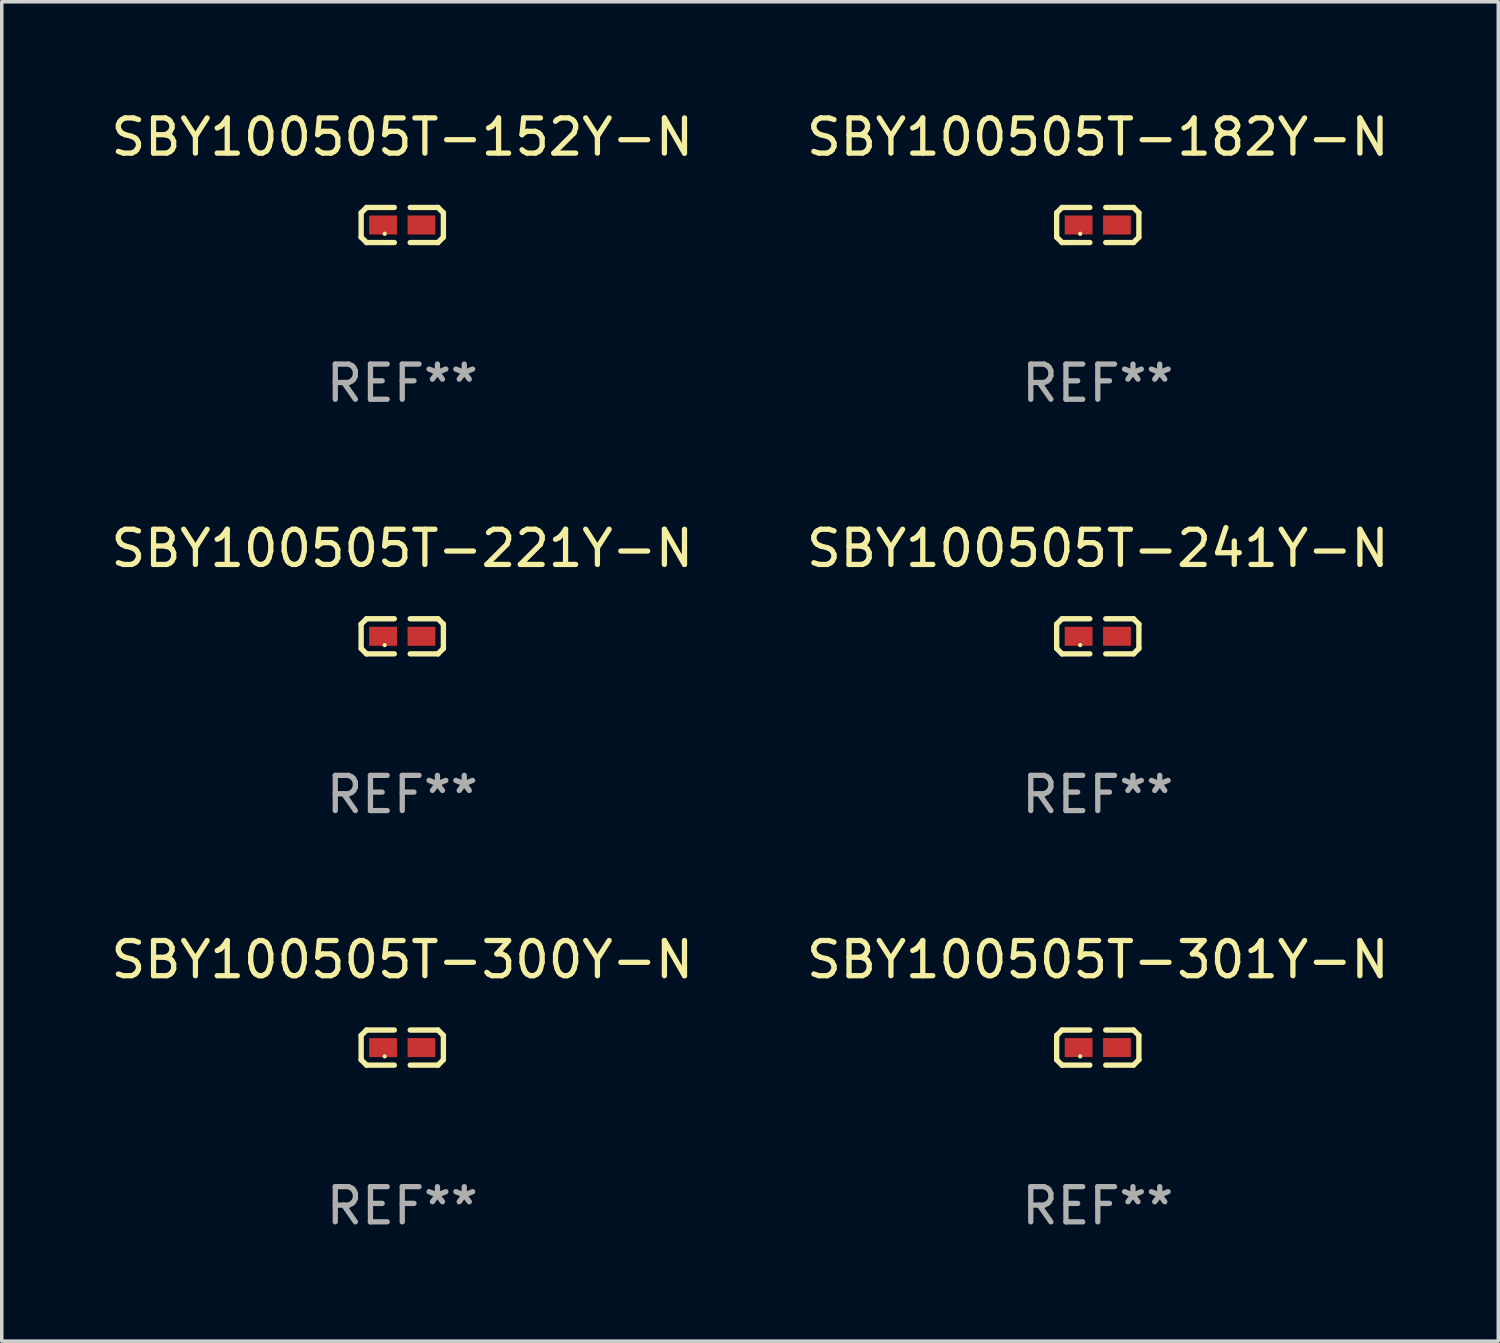
<source format=kicad_pcb>
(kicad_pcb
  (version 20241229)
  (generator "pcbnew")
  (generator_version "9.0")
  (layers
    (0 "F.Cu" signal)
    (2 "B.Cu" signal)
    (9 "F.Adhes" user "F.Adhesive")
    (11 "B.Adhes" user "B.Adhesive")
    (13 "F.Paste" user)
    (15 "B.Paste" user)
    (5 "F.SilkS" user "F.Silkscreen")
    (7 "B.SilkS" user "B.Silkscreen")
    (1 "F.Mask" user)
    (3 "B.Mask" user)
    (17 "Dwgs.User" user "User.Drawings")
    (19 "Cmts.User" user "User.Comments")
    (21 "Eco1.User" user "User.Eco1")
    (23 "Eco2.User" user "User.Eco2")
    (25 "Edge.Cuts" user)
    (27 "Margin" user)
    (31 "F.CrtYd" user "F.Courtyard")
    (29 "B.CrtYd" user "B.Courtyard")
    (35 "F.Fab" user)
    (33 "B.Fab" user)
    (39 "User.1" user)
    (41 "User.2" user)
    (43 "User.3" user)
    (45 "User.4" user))
  (footprint "SBY100505T-300Y-N"
    (layer "F.Cu")
    (at 8.387 26.734)
    (property "Reference" "SBY100505T-300Y-N" (at 0 -2.499 0) (layer "F.SilkS") (effects (font (size 1 1) (thickness 0.15))))
    (attr through_hole)
    (fp_line (start -1.169 -0.346) (end -1.016 -0.499) (stroke (width 0.152) (type solid)) (layer "F.SilkS"))
    (fp_line (start -1.169 0.346) (end -1.169 -0.346) (stroke (width 0.152) (type solid)) (layer "F.SilkS"))
    (fp_line (start -1.016 -0.499) (end -0.226 -0.499) (stroke (width 0.152) (type solid)) (layer "F.SilkS"))
    (fp_line (start -1.016 0.499) (end -1.169 0.346) (stroke (width 0.152) (type solid)) (layer "F.SilkS"))
    (fp_line (start -0.226 0.499) (end -1.016 0.499) (stroke (width 0.152) (type solid)) (layer "F.SilkS"))
    (fp_line (start 0.226 0.499) (end 1.016 0.499) (stroke (width 0.152) (type solid)) (layer "F.SilkS"))
    (fp_line (start 1.016 -0.499) (end 0.226 -0.499) (stroke (width 0.152) (type solid)) (layer "F.SilkS"))
    (fp_line (start 1.016 0.499) (end 1.169 0.346) (stroke (width 0.152) (type solid)) (layer "F.SilkS"))
    (fp_line (start 1.169 -0.346) (end 1.016 -0.499) (stroke (width 0.152) (type solid)) (layer "F.SilkS"))
    (fp_line (start 1.169 0.346) (end 1.169 -0.346) (stroke (width 0.152) (type solid)) (layer "F.SilkS"))
    (fp_circle (center -0.5 0.25) (end -0.47 0.25) (stroke (width 0.06) (type solid)) (fill no) (layer "F.SilkS"))
    (fp_text user "REF**" (at 0 4.499 0) (layer "F.Fab") (effects (font (size 1 1) (thickness 0.15))))
    (pad "1" smd rect (at -0.545 0) (size 0.79 0.54) (layers "F.Cu" "F.Mask" "F.Paste"))
    (pad "2" smd rect (at 0.545 0) (size 0.79 0.54) (layers "F.Cu" "F.Mask" "F.Paste")))
  (footprint "SBY100505T-301Y-N"
    (layer "F.Cu")
    (at 28.161 26.734)
    (property "Reference" "SBY100505T-301Y-N" (at 0 -2.499 0) (layer "F.SilkS") (effects (font (size 1 1) (thickness 0.15))))
    (attr through_hole)
    (fp_line (start -1.169 -0.346) (end -1.016 -0.499) (stroke (width 0.152) (type solid)) (layer "F.SilkS"))
    (fp_line (start -1.169 0.346) (end -1.169 -0.346) (stroke (width 0.152) (type solid)) (layer "F.SilkS"))
    (fp_line (start -1.016 -0.499) (end -0.226 -0.499) (stroke (width 0.152) (type solid)) (layer "F.SilkS"))
    (fp_line (start -1.016 0.499) (end -1.169 0.346) (stroke (width 0.152) (type solid)) (layer "F.SilkS"))
    (fp_line (start -0.226 0.499) (end -1.016 0.499) (stroke (width 0.152) (type solid)) (layer "F.SilkS"))
    (fp_line (start 0.226 0.499) (end 1.016 0.499) (stroke (width 0.152) (type solid)) (layer "F.SilkS"))
    (fp_line (start 1.016 -0.499) (end 0.226 -0.499) (stroke (width 0.152) (type solid)) (layer "F.SilkS"))
    (fp_line (start 1.016 0.499) (end 1.169 0.346) (stroke (width 0.152) (type solid)) (layer "F.SilkS"))
    (fp_line (start 1.169 -0.346) (end 1.016 -0.499) (stroke (width 0.152) (type solid)) (layer "F.SilkS"))
    (fp_line (start 1.169 0.346) (end 1.169 -0.346) (stroke (width 0.152) (type solid)) (layer "F.SilkS"))
    (fp_circle (center -0.5 0.25) (end -0.47 0.25) (stroke (width 0.06) (type solid)) (fill no) (layer "F.SilkS"))
    (fp_text user "REF**" (at 0 4.499 0) (layer "F.Fab") (effects (font (size 1 1) (thickness 0.15))))
    (pad "1" smd rect (at -0.545 0) (size 0.79 0.54) (layers "F.Cu" "F.Mask" "F.Paste"))
    (pad "2" smd rect (at 0.545 0) (size 0.79 0.54) (layers "F.Cu" "F.Mask" "F.Paste")))
  (footprint "SBY100505T-221Y-N"
    (layer "F.Cu")
    (at 8.387 15.041)
    (property "Reference" "SBY100505T-221Y-N" (at 0 -2.499 0) (layer "F.SilkS") (effects (font (size 1 1) (thickness 0.15))))
    (attr through_hole)
    (fp_line (start -1.169 -0.346) (end -1.016 -0.499) (stroke (width 0.152) (type solid)) (layer "F.SilkS"))
    (fp_line (start -1.169 0.346) (end -1.169 -0.346) (stroke (width 0.152) (type solid)) (layer "F.SilkS"))
    (fp_line (start -1.016 -0.499) (end -0.226 -0.499) (stroke (width 0.152) (type solid)) (layer "F.SilkS"))
    (fp_line (start -1.016 0.499) (end -1.169 0.346) (stroke (width 0.152) (type solid)) (layer "F.SilkS"))
    (fp_line (start -0.226 0.499) (end -1.016 0.499) (stroke (width 0.152) (type solid)) (layer "F.SilkS"))
    (fp_line (start 0.226 0.499) (end 1.016 0.499) (stroke (width 0.152) (type solid)) (layer "F.SilkS"))
    (fp_line (start 1.016 -0.499) (end 0.226 -0.499) (stroke (width 0.152) (type solid)) (layer "F.SilkS"))
    (fp_line (start 1.016 0.499) (end 1.169 0.346) (stroke (width 0.152) (type solid)) (layer "F.SilkS"))
    (fp_line (start 1.169 -0.346) (end 1.016 -0.499) (stroke (width 0.152) (type solid)) (layer "F.SilkS"))
    (fp_line (start 1.169 0.346) (end 1.169 -0.346) (stroke (width 0.152) (type solid)) (layer "F.SilkS"))
    (fp_circle (center -0.5 0.25) (end -0.47 0.25) (stroke (width 0.06) (type solid)) (fill no) (layer "F.SilkS"))
    (fp_text user "REF**" (at 0 4.499 0) (layer "F.Fab") (effects (font (size 1 1) (thickness 0.15))))
    (pad "1" smd rect (at -0.545 0) (size 0.79 0.54) (layers "F.Cu" "F.Mask" "F.Paste"))
    (pad "2" smd rect (at 0.545 0) (size 0.79 0.54) (layers "F.Cu" "F.Mask" "F.Paste")))
  (footprint "SBY100505T-182Y-N"
    (layer "F.Cu")
    (at 28.161 3.347)
    (property "Reference" "SBY100505T-182Y-N" (at 0 -2.499 0) (layer "F.SilkS") (effects (font (size 1 1) (thickness 0.15))))
    (attr through_hole)
    (fp_line (start -1.169 -0.346) (end -1.016 -0.499) (stroke (width 0.152) (type solid)) (layer "F.SilkS"))
    (fp_line (start -1.169 0.346) (end -1.169 -0.346) (stroke (width 0.152) (type solid)) (layer "F.SilkS"))
    (fp_line (start -1.016 -0.499) (end -0.226 -0.499) (stroke (width 0.152) (type solid)) (layer "F.SilkS"))
    (fp_line (start -1.016 0.499) (end -1.169 0.346) (stroke (width 0.152) (type solid)) (layer "F.SilkS"))
    (fp_line (start -0.226 0.499) (end -1.016 0.499) (stroke (width 0.152) (type solid)) (layer "F.SilkS"))
    (fp_line (start 0.226 0.499) (end 1.016 0.499) (stroke (width 0.152) (type solid)) (layer "F.SilkS"))
    (fp_line (start 1.016 -0.499) (end 0.226 -0.499) (stroke (width 0.152) (type solid)) (layer "F.SilkS"))
    (fp_line (start 1.016 0.499) (end 1.169 0.346) (stroke (width 0.152) (type solid)) (layer "F.SilkS"))
    (fp_line (start 1.169 -0.346) (end 1.016 -0.499) (stroke (width 0.152) (type solid)) (layer "F.SilkS"))
    (fp_line (start 1.169 0.346) (end 1.169 -0.346) (stroke (width 0.152) (type solid)) (layer "F.SilkS"))
    (fp_circle (center -0.5 0.25) (end -0.47 0.25) (stroke (width 0.06) (type solid)) (fill no) (layer "F.SilkS"))
    (fp_text user "REF**" (at 0 4.499 0) (layer "F.Fab") (effects (font (size 1 1) (thickness 0.15))))
    (pad "1" smd rect (at -0.545 0) (size 0.79 0.54) (layers "F.Cu" "F.Mask" "F.Paste"))
    (pad "2" smd rect (at 0.545 0) (size 0.79 0.54) (layers "F.Cu" "F.Mask" "F.Paste")))
  (footprint "SBY100505T-152Y-N"
    (layer "F.Cu")
    (at 8.387 3.347)
    (property "Reference" "SBY100505T-152Y-N" (at 0 -2.499 0) (layer "F.SilkS") (effects (font (size 1 1) (thickness 0.15))))
    (attr through_hole)
    (fp_line (start -1.169 -0.346) (end -1.016 -0.499) (stroke (width 0.152) (type solid)) (layer "F.SilkS"))
    (fp_line (start -1.169 0.346) (end -1.169 -0.346) (stroke (width 0.152) (type solid)) (layer "F.SilkS"))
    (fp_line (start -1.016 -0.499) (end -0.226 -0.499) (stroke (width 0.152) (type solid)) (layer "F.SilkS"))
    (fp_line (start -1.016 0.499) (end -1.169 0.346) (stroke (width 0.152) (type solid)) (layer "F.SilkS"))
    (fp_line (start -0.226 0.499) (end -1.016 0.499) (stroke (width 0.152) (type solid)) (layer "F.SilkS"))
    (fp_line (start 0.226 0.499) (end 1.016 0.499) (stroke (width 0.152) (type solid)) (layer "F.SilkS"))
    (fp_line (start 1.016 -0.499) (end 0.226 -0.499) (stroke (width 0.152) (type solid)) (layer "F.SilkS"))
    (fp_line (start 1.016 0.499) (end 1.169 0.346) (stroke (width 0.152) (type solid)) (layer "F.SilkS"))
    (fp_line (start 1.169 -0.346) (end 1.016 -0.499) (stroke (width 0.152) (type solid)) (layer "F.SilkS"))
    (fp_line (start 1.169 0.346) (end 1.169 -0.346) (stroke (width 0.152) (type solid)) (layer "F.SilkS"))
    (fp_circle (center -0.5 0.25) (end -0.47 0.25) (stroke (width 0.06) (type solid)) (fill no) (layer "F.SilkS"))
    (fp_text user "REF**" (at 0 4.499 0) (layer "F.Fab") (effects (font (size 1 1) (thickness 0.15))))
    (pad "1" smd rect (at -0.545 0) (size 0.79 0.54) (layers "F.Cu" "F.Mask" "F.Paste"))
    (pad "2" smd rect (at 0.545 0) (size 0.79 0.54) (layers "F.Cu" "F.Mask" "F.Paste")))
  (footprint "SBY100505T-241Y-N"
    (layer "F.Cu")
    (at 28.161 15.041)
    (property "Reference" "SBY100505T-241Y-N" (at 0 -2.499 0) (layer "F.SilkS") (effects (font (size 1 1) (thickness 0.15))))
    (attr through_hole)
    (fp_line (start -1.169 -0.346) (end -1.016 -0.499) (stroke (width 0.152) (type solid)) (layer "F.SilkS"))
    (fp_line (start -1.169 0.346) (end -1.169 -0.346) (stroke (width 0.152) (type solid)) (layer "F.SilkS"))
    (fp_line (start -1.016 -0.499) (end -0.226 -0.499) (stroke (width 0.152) (type solid)) (layer "F.SilkS"))
    (fp_line (start -1.016 0.499) (end -1.169 0.346) (stroke (width 0.152) (type solid)) (layer "F.SilkS"))
    (fp_line (start -0.226 0.499) (end -1.016 0.499) (stroke (width 0.152) (type solid)) (layer "F.SilkS"))
    (fp_line (start 0.226 0.499) (end 1.016 0.499) (stroke (width 0.152) (type solid)) (layer "F.SilkS"))
    (fp_line (start 1.016 -0.499) (end 0.226 -0.499) (stroke (width 0.152) (type solid)) (layer "F.SilkS"))
    (fp_line (start 1.016 0.499) (end 1.169 0.346) (stroke (width 0.152) (type solid)) (layer "F.SilkS"))
    (fp_line (start 1.169 -0.346) (end 1.016 -0.499) (stroke (width 0.152) (type solid)) (layer "F.SilkS"))
    (fp_line (start 1.169 0.346) (end 1.169 -0.346) (stroke (width 0.152) (type solid)) (layer "F.SilkS"))
    (fp_circle (center -0.5 0.25) (end -0.47 0.25) (stroke (width 0.06) (type solid)) (fill no) (layer "F.SilkS"))
    (fp_text user "REF**" (at 0 4.499 0) (layer "F.Fab") (effects (font (size 1 1) (thickness 0.15))))
    (pad "1" smd rect (at -0.545 0) (size 0.79 0.54) (layers "F.Cu" "F.Mask" "F.Paste"))
    (pad "2" smd rect (at 0.545 0) (size 0.79 0.54) (layers "F.Cu" "F.Mask" "F.Paste")))
  (gr_rect
    (start -3 -3)
    (end 39.548 35.081)
    (stroke (width 0.1) (type default))
    (fill no)
    (layer "Edge.Cuts")))
</source>
